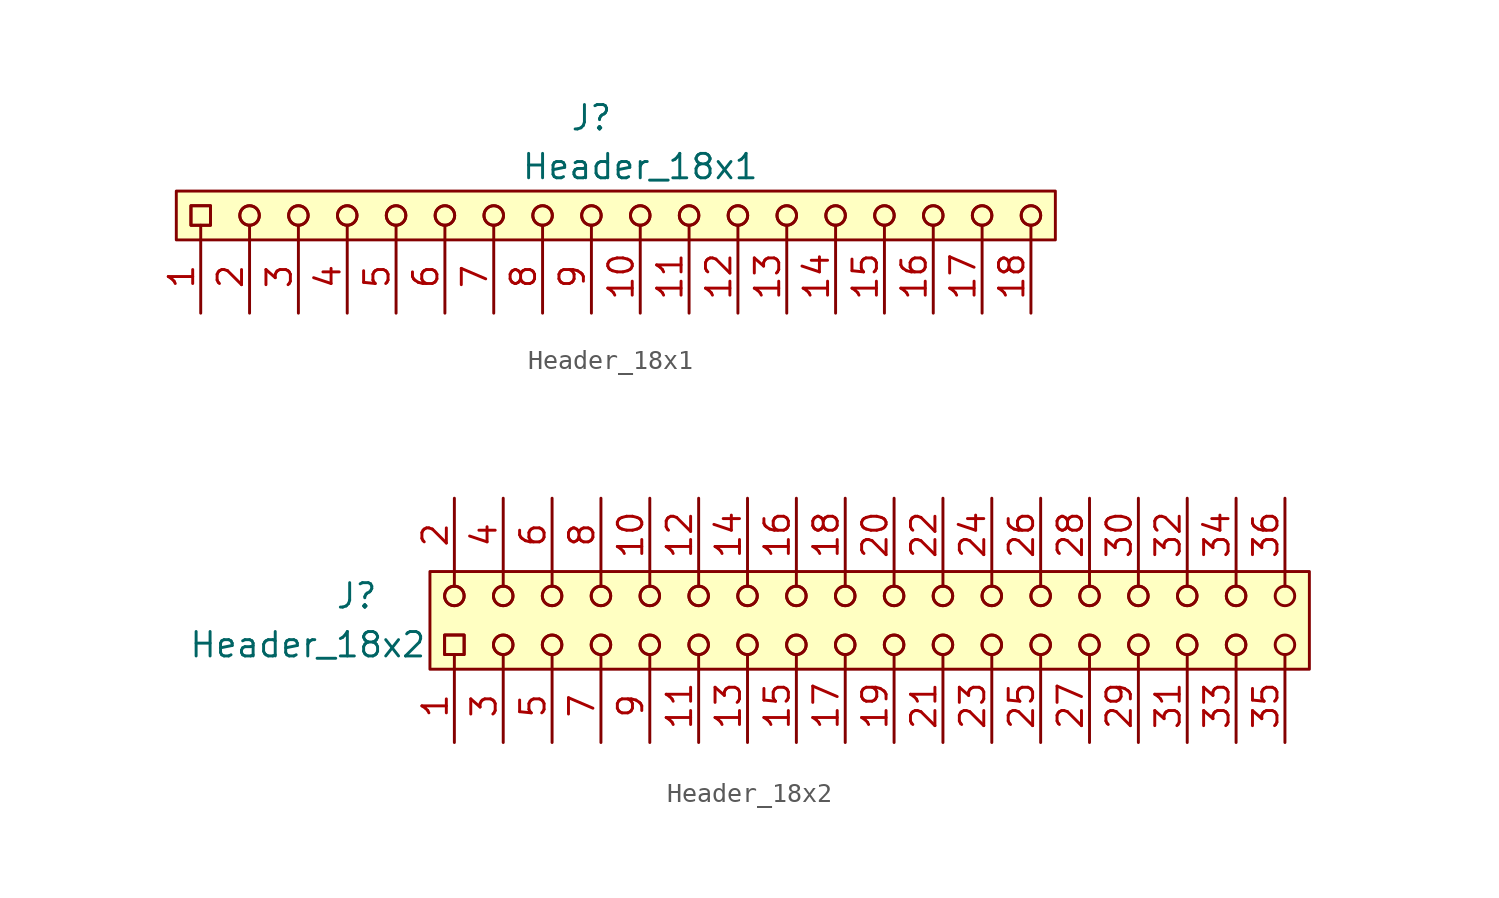
<source format=kicad_sym>
(kicad_symbol_lib
  (version 20220914)
  (generator kicad_symbol_editor)
  (symbol "Header_18x1"
    (pin_names hide)
    (property "Reference" "J"
      (at 0 5.08 0)
      (effects (font (size 1.27 1.27))))
    (property "Value" "Header_18x1"
      (at 2.54 2.54 0)
      (effects (font (size 1.27 1.27))))
    (symbol "Header_18x1_1_1"
      (rectangle (start -21.59 1.27) (end 24.13 -1.27) (stroke (width 0.152) (type default)) (fill (type background)))
      (rectangle (start -20.828 0.508) (end -19.812 -0.508) (stroke (width 0) (type default)) (fill (type none)))
      (rectangle (start -20.828 0.508) (end -19.812 -0.508) (stroke (width 0) (type default)) (fill (type none)))
      (circle (center -17.78 0) (radius 0.508) (stroke (width 0) (type default)) (fill (type none)))
      (circle (center -17.78 0) (radius 0.508) (stroke (width 0) (type default)) (fill (type none)))
      (circle (center -15.24 0) (radius 0.508) (stroke (width 0) (type default)) (fill (type none)))
      (circle (center -15.24 0) (radius 0.508) (stroke (width 0) (type default)) (fill (type none)))
      (circle (center -12.7 0) (radius 0.508) (stroke (width 0) (type default)) (fill (type none)))
      (circle (center -12.7 0) (radius 0.508) (stroke (width 0) (type default)) (fill (type none)))
      (circle (center -10.16 0) (radius 0.508) (stroke (width 0) (type default)) (fill (type none)))
      (circle (center -10.16 0) (radius 0.508) (stroke (width 0) (type default)) (fill (type none)))
      (circle (center -7.62 0) (radius 0.508) (stroke (width 0) (type default)) (fill (type none)))
      (circle (center -7.62 0) (radius 0.508) (stroke (width 0) (type default)) (fill (type none)))
      (circle (center -5.08 0) (radius 0.508) (stroke (width 0) (type default)) (fill (type none)))
      (circle (center -5.08 0) (radius 0.508) (stroke (width 0) (type default)) (fill (type none)))
      (circle (center -2.54 0) (radius 0.508) (stroke (width 0) (type default)) (fill (type none)))
      (circle (center -2.54 0) (radius 0.508) (stroke (width 0) (type default)) (fill (type none)))
      (polyline (pts (xy -20.32 -0.508) (xy -20.32 -1.27)) (stroke (width 0) (type default)) (fill (type none)))
      (polyline (pts (xy -17.78 -0.508) (xy -17.78 -1.27)) (stroke (width 0) (type default)) (fill (type none)))
      (polyline (pts (xy -15.24 -0.508) (xy -15.24 -1.27)) (stroke (width 0) (type default)) (fill (type none)))
      (polyline (pts (xy -12.7 -0.508) (xy -12.7 -1.27)) (stroke (width 0) (type default)) (fill (type none)))
      (polyline (pts (xy -10.16 -0.508) (xy -10.16 -1.27)) (stroke (width 0) (type default)) (fill (type none)))
      (polyline (pts (xy -7.62 -0.508) (xy -7.62 -1.27)) (stroke (width 0) (type default)) (fill (type none)))
      (polyline (pts (xy -5.08 -0.508) (xy -5.08 -1.27)) (stroke (width 0) (type default)) (fill (type none)))
      (polyline (pts (xy -2.54 -0.508) (xy -2.54 -1.27)) (stroke (width 0) (type default)) (fill (type none)))
      (polyline (pts (xy 0 -0.508) (xy 0 -1.27)) (stroke (width 0) (type default)) (fill (type none)))
      (polyline (pts (xy 2.54 -0.508) (xy 2.54 -1.27)) (stroke (width 0) (type default)) (fill (type none)))
      (polyline (pts (xy 5.08 -0.508) (xy 5.08 -1.27)) (stroke (width 0) (type default)) (fill (type none)))
      (polyline (pts (xy 7.62 -0.508) (xy 7.62 -1.27)) (stroke (width 0) (type default)) (fill (type none)))
      (polyline (pts (xy 10.16 -0.508) (xy 10.16 -1.27)) (stroke (width 0) (type default)) (fill (type none)))
      (polyline (pts (xy 12.7 -0.508) (xy 12.7 -1.27)) (stroke (width 0) (type default)) (fill (type none)))
      (polyline (pts (xy 15.24 -0.508) (xy 15.24 -1.27)) (stroke (width 0) (type default)) (fill (type none)))
      (polyline (pts (xy 17.78 -0.508) (xy 17.78 -1.27)) (stroke (width 0) (type default)) (fill (type none)))
      (polyline (pts (xy 20.32 -0.508) (xy 20.32 -1.27)) (stroke (width 0) (type default)) (fill (type none)))
      (polyline (pts (xy 22.86 -0.508) (xy 22.86 -1.27)) (stroke (width 0) (type default)) (fill (type none)))
      (circle (center 0 0) (radius 0.508) (stroke (width 0) (type default)) (fill (type none)))
      (circle (center 0 0) (radius 0.508) (stroke (width 0) (type default)) (fill (type none)))
      (circle (center 2.54 0) (radius 0.508) (stroke (width 0) (type default)) (fill (type none)))
      (circle (center 2.54 0) (radius 0.508) (stroke (width 0) (type default)) (fill (type none)))
      (circle (center 5.08 0) (radius 0.508) (stroke (width 0) (type default)) (fill (type none)))
      (circle (center 5.08 0) (radius 0.508) (stroke (width 0) (type default)) (fill (type none)))
      (circle (center 7.62 0) (radius 0.508) (stroke (width 0) (type default)) (fill (type none)))
      (circle (center 7.62 0) (radius 0.508) (stroke (width 0) (type default)) (fill (type none)))
      (circle (center 10.16 0) (radius 0.508) (stroke (width 0) (type default)) (fill (type none)))
      (circle (center 10.16 0) (radius 0.508) (stroke (width 0) (type default)) (fill (type none)))
      (circle (center 12.7 0) (radius 0.508) (stroke (width 0) (type default)) (fill (type none)))
      (circle (center 12.7 0) (radius 0.508) (stroke (width 0) (type default)) (fill (type none)))
      (circle (center 15.24 0) (radius 0.508) (stroke (width 0) (type default)) (fill (type none)))
      (circle (center 15.24 0) (radius 0.508) (stroke (width 0) (type default)) (fill (type none)))
      (circle (center 17.78 0) (radius 0.508) (stroke (width 0) (type default)) (fill (type none)))
      (circle (center 17.78 0) (radius 0.508) (stroke (width 0) (type default)) (fill (type none)))
      (circle (center 20.32 0) (radius 0.508) (stroke (width 0) (type default)) (fill (type none)))
      (circle (center 20.32 0) (radius 0.508) (stroke (width 0) (type default)) (fill (type none)))
      (circle (center 22.86 0) (radius 0.508) (stroke (width 0) (type default)) (fill (type none)))
      (circle (center 22.86 0) (radius 0.508) (stroke (width 0) (type default)) (fill (type none)))
      (pin passive line (at -20.32 -5.08 90) (length 3.81) (name "~" (effects (font (size 1.27 1.27)))) (number "1" (effects (font (size 1.27 1.27)))))
      (pin passive line (at 2.54 -5.08 90) (length 3.81) (name "~" (effects (font (size 1.27 1.27)))) (number "10" (effects (font (size 1.27 1.27)))))
      (pin passive line (at 5.08 -5.08 90) (length 3.81) (name "~" (effects (font (size 1.27 1.27)))) (number "11" (effects (font (size 1.27 1.27)))))
      (pin passive line (at 7.62 -5.08 90) (length 3.81) (name "~" (effects (font (size 1.27 1.27)))) (number "12" (effects (font (size 1.27 1.27)))))
      (pin passive line (at 10.16 -5.08 90) (length 3.81) (name "~" (effects (font (size 1.27 1.27)))) (number "13" (effects (font (size 1.27 1.27)))))
      (pin passive line (at 12.7 -5.08 90) (length 3.81) (name "~" (effects (font (size 1.27 1.27)))) (number "14" (effects (font (size 1.27 1.27)))))
      (pin passive line (at 15.24 -5.08 90) (length 3.81) (name "~" (effects (font (size 1.27 1.27)))) (number "15" (effects (font (size 1.27 1.27)))))
      (pin passive line (at 17.78 -5.08 90) (length 3.81) (name "~" (effects (font (size 1.27 1.27)))) (number "16" (effects (font (size 1.27 1.27)))))
      (pin passive line (at 20.32 -5.08 90) (length 3.81) (name "~" (effects (font (size 1.27 1.27)))) (number "17" (effects (font (size 1.27 1.27)))))
      (pin passive line (at 22.86 -5.08 90) (length 3.81) (name "~" (effects (font (size 1.27 1.27)))) (number "18" (effects (font (size 1.27 1.27)))))
      (pin passive line (at -17.78 -5.08 90) (length 3.81) (name "~" (effects (font (size 1.27 1.27)))) (number "2" (effects (font (size 1.27 1.27)))))
      (pin passive line (at -15.24 -5.08 90) (length 3.81) (name "~" (effects (font (size 1.27 1.27)))) (number "3" (effects (font (size 1.27 1.27)))))
      (pin passive line (at -12.7 -5.08 90) (length 3.81) (name "~" (effects (font (size 1.27 1.27)))) (number "4" (effects (font (size 1.27 1.27)))))
      (pin passive line (at -10.16 -5.08 90) (length 3.81) (name "~" (effects (font (size 1.27 1.27)))) (number "5" (effects (font (size 1.27 1.27)))))
      (pin passive line (at -7.62 -5.08 90) (length 3.81) (name "~" (effects (font (size 1.27 1.27)))) (number "6" (effects (font (size 1.27 1.27)))))
      (pin passive line (at -5.08 -5.08 90) (length 3.81) (name "~" (effects (font (size 1.27 1.27)))) (number "7" (effects (font (size 1.27 1.27)))))
      (pin passive line (at -2.54 -5.08 90) (length 3.81) (name "~" (effects (font (size 1.27 1.27)))) (number "8" (effects (font (size 1.27 1.27)))))
      (pin passive line (at 0 -5.08 90) (length 3.81) (name "~" (effects (font (size 1.27 1.27)))) (number "9" (effects (font (size 1.27 1.27)))))))
  (symbol "Header_18x2"
    (pin_names hide)
    (property "Reference" "J"
      (at -25.4 2.54 0)
      (effects (font (size 1.27 1.27))))
    (property "Value" "Header_18x2"
      (at -27.94 0 0)
      (effects (font (size 1.27 1.27))))
    (symbol "Header_18x2_0_0"
      (pin passive line (at -20.32 -5.08 90) (length 3.81) (name "~" (effects (font (size 1.27 1.27)))) (number "1" (effects (font (size 1.27 1.27)))))
      (pin passive line (at -10.16 7.62 270) (length 3.81) (name "~" (effects (font (size 1.27 1.27)))) (number "10" (effects (font (size 1.27 1.27)))))
      (pin passive line (at -7.62 -5.08 90) (length 3.81) (name "~" (effects (font (size 1.27 1.27)))) (number "11" (effects (font (size 1.27 1.27)))))
      (pin passive line (at -7.62 7.62 270) (length 3.81) (name "~" (effects (font (size 1.27 1.27)))) (number "12" (effects (font (size 1.27 1.27)))))
      (pin passive line (at -5.08 -5.08 90) (length 3.81) (name "~" (effects (font (size 1.27 1.27)))) (number "13" (effects (font (size 1.27 1.27)))))
      (pin passive line (at -5.08 7.62 270) (length 3.81) (name "~" (effects (font (size 1.27 1.27)))) (number "14" (effects (font (size 1.27 1.27)))))
      (pin passive line (at -2.54 -5.08 90) (length 3.81) (name "~" (effects (font (size 1.27 1.27)))) (number "15" (effects (font (size 1.27 1.27)))))
      (pin passive line (at -2.54 7.62 270) (length 3.81) (name "~" (effects (font (size 1.27 1.27)))) (number "16" (effects (font (size 1.27 1.27)))))
      (pin passive line (at 0 -5.08 90) (length 3.81) (name "~" (effects (font (size 1.27 1.27)))) (number "17" (effects (font (size 1.27 1.27)))))
      (pin passive line (at 0 7.62 270) (length 3.81) (name "~" (effects (font (size 1.27 1.27)))) (number "18" (effects (font (size 1.27 1.27)))))
      (pin passive line (at 2.54 -5.08 90) (length 3.81) (name "~" (effects (font (size 1.27 1.27)))) (number "19" (effects (font (size 1.27 1.27)))))
      (pin passive line (at -20.32 7.62 270) (length 3.81) (name "~" (effects (font (size 1.27 1.27)))) (number "2" (effects (font (size 1.27 1.27)))))
      (pin passive line (at 2.54 7.62 270) (length 3.81) (name "~" (effects (font (size 1.27 1.27)))) (number "20" (effects (font (size 1.27 1.27)))))
      (pin passive line (at 5.08 -5.08 90) (length 3.81) (name "~" (effects (font (size 1.27 1.27)))) (number "21" (effects (font (size 1.27 1.27)))))
      (pin passive line (at 5.08 7.62 270) (length 3.81) (name "~" (effects (font (size 1.27 1.27)))) (number "22" (effects (font (size 1.27 1.27)))))
      (pin passive line (at 7.62 -5.08 90) (length 3.81) (name "~" (effects (font (size 1.27 1.27)))) (number "23" (effects (font (size 1.27 1.27)))))
      (pin passive line (at 7.62 7.62 270) (length 3.81) (name "~" (effects (font (size 1.27 1.27)))) (number "24" (effects (font (size 1.27 1.27)))))
      (pin passive line (at 10.16 -5.08 90) (length 3.81) (name "~" (effects (font (size 1.27 1.27)))) (number "25" (effects (font (size 1.27 1.27)))))
      (pin passive line (at 10.16 7.62 270) (length 3.81) (name "~" (effects (font (size 1.27 1.27)))) (number "26" (effects (font (size 1.27 1.27)))))
      (pin passive line (at 12.7 -5.08 90) (length 3.81) (name "~" (effects (font (size 1.27 1.27)))) (number "27" (effects (font (size 1.27 1.27)))))
      (pin passive line (at 12.7 7.62 270) (length 3.81) (name "~" (effects (font (size 1.27 1.27)))) (number "28" (effects (font (size 1.27 1.27)))))
      (pin passive line (at 15.24 -5.08 90) (length 3.81) (name "~" (effects (font (size 1.27 1.27)))) (number "29" (effects (font (size 1.27 1.27)))))
      (pin passive line (at -17.78 -5.08 90) (length 3.81) (name "~" (effects (font (size 1.27 1.27)))) (number "3" (effects (font (size 1.27 1.27)))))
      (pin passive line (at 15.24 7.62 270) (length 3.81) (name "~" (effects (font (size 1.27 1.27)))) (number "30" (effects (font (size 1.27 1.27)))))
      (pin passive line (at 17.78 -5.08 90) (length 3.81) (name "~" (effects (font (size 1.27 1.27)))) (number "31" (effects (font (size 1.27 1.27)))))
      (pin passive line (at 17.78 7.62 270) (length 3.81) (name "~" (effects (font (size 1.27 1.27)))) (number "32" (effects (font (size 1.27 1.27)))))
      (pin passive line (at 20.32 -5.08 90) (length 3.81) (name "~" (effects (font (size 1.27 1.27)))) (number "33" (effects (font (size 1.27 1.27)))))
      (pin passive line (at 20.32 7.62 270) (length 3.81) (name "~" (effects (font (size 1.27 1.27)))) (number "34" (effects (font (size 1.27 1.27)))))
      (pin passive line (at 22.86 -5.08 90) (length 3.81) (name "~" (effects (font (size 1.27 1.27)))) (number "35" (effects (font (size 1.27 1.27)))))
      (pin passive line (at 22.86 7.62 270) (length 3.81) (name "~" (effects (font (size 1.27 1.27)))) (number "36" (effects (font (size 1.27 1.27)))))
      (pin passive line (at -17.78 7.62 270) (length 3.81) (name "~" (effects (font (size 1.27 1.27)))) (number "4" (effects (font (size 1.27 1.27)))))
      (pin passive line (at -15.24 -5.08 90) (length 3.81) (name "~" (effects (font (size 1.27 1.27)))) (number "5" (effects (font (size 1.27 1.27)))))
      (pin passive line (at -15.24 7.62 270) (length 3.81) (name "~" (effects (font (size 1.27 1.27)))) (number "6" (effects (font (size 1.27 1.27)))))
      (pin passive line (at -12.7 -5.08 90) (length 3.81) (name "~" (effects (font (size 1.27 1.27)))) (number "7" (effects (font (size 1.27 1.27)))))
      (pin passive line (at -12.7 7.62 270) (length 3.81) (name "~" (effects (font (size 1.27 1.27)))) (number "8" (effects (font (size 1.27 1.27)))))
      (pin passive line (at -10.16 -5.08 90) (length 3.81) (name "~" (effects (font (size 1.27 1.27)))) (number "9" (effects (font (size 1.27 1.27))))))
    (symbol "Header_18x2_0_1"
      (rectangle (start -21.59 3.81) (end 24.13 -1.27) (stroke (width 0.152) (type default)) (fill (type background)))
      (rectangle (start -20.828 0.508) (end -19.812 -0.508) (stroke (width 0) (type default)) (fill (type none)))
      (rectangle (start -20.828 0.508) (end -19.812 -0.508) (stroke (width 0) (type default)) (fill (type none)))
      (circle (center -20.32 2.54) (radius 0.508) (stroke (width 0) (type default)) (fill (type none)))
      (circle (center -20.32 2.54) (radius 0.508) (stroke (width 0) (type default)) (fill (type none)))
      (circle (center -17.78 0) (radius 0.508) (stroke (width 0) (type default)) (fill (type none)))
      (circle (center -17.78 0) (radius 0.508) (stroke (width 0) (type default)) (fill (type none)))
      (circle (center -17.78 2.54) (radius 0.508) (stroke (width 0) (type default)) (fill (type none)))
      (circle (center -17.78 2.54) (radius 0.508) (stroke (width 0) (type default)) (fill (type none)))
      (circle (center -15.24 0) (radius 0.508) (stroke (width 0) (type default)) (fill (type none)))
      (circle (center -15.24 0) (radius 0.508) (stroke (width 0) (type default)) (fill (type none)))
      (circle (center -15.24 2.54) (radius 0.508) (stroke (width 0) (type default)) (fill (type none)))
      (circle (center -15.24 2.54) (radius 0.508) (stroke (width 0) (type default)) (fill (type none)))
      (circle (center -12.7 0) (radius 0.508) (stroke (width 0) (type default)) (fill (type none)))
      (circle (center -12.7 0) (radius 0.508) (stroke (width 0) (type default)) (fill (type none)))
      (circle (center -12.7 2.54) (radius 0.508) (stroke (width 0) (type default)) (fill (type none)))
      (circle (center -12.7 2.54) (radius 0.508) (stroke (width 0) (type default)) (fill (type none)))
      (circle (center -10.16 0) (radius 0.508) (stroke (width 0) (type default)) (fill (type none)))
      (circle (center -10.16 0) (radius 0.508) (stroke (width 0) (type default)) (fill (type none)))
      (circle (center -10.16 2.54) (radius 0.508) (stroke (width 0) (type default)) (fill (type none)))
      (circle (center -10.16 2.54) (radius 0.508) (stroke (width 0) (type default)) (fill (type none)))
      (circle (center -7.62 0) (radius 0.508) (stroke (width 0) (type default)) (fill (type none)))
      (circle (center -7.62 0) (radius 0.508) (stroke (width 0) (type default)) (fill (type none)))
      (circle (center -7.62 2.54) (radius 0.508) (stroke (width 0) (type default)) (fill (type none)))
      (circle (center -7.62 2.54) (radius 0.508) (stroke (width 0) (type default)) (fill (type none)))
      (circle (center -5.08 0) (radius 0.508) (stroke (width 0) (type default)) (fill (type none)))
      (circle (center -5.08 0) (radius 0.508) (stroke (width 0) (type default)) (fill (type none)))
      (circle (center -5.08 2.54) (radius 0.508) (stroke (width 0) (type default)) (fill (type none)))
      (circle (center -5.08 2.54) (radius 0.508) (stroke (width 0) (type default)) (fill (type none)))
      (circle (center -2.54 0) (radius 0.508) (stroke (width 0) (type default)) (fill (type none)))
      (circle (center -2.54 0) (radius 0.508) (stroke (width 0) (type default)) (fill (type none)))
      (circle (center -2.54 2.54) (radius 0.508) (stroke (width 0) (type default)) (fill (type none)))
      (circle (center -2.54 2.54) (radius 0.508) (stroke (width 0) (type default)) (fill (type none)))
      (polyline (pts (xy -20.32 -0.508) (xy -20.32 -1.27)) (stroke (width 0) (type default)) (fill (type none)))
      (polyline (pts (xy -20.32 3.048) (xy -20.32 3.81)) (stroke (width 0) (type default)) (fill (type none)))
      (polyline (pts (xy -17.78 -0.508) (xy -17.78 -1.27)) (stroke (width 0) (type default)) (fill (type none)))
      (polyline (pts (xy -17.78 3.048) (xy -17.78 3.81)) (stroke (width 0) (type default)) (fill (type none)))
      (polyline (pts (xy -15.24 -0.508) (xy -15.24 -1.27)) (stroke (width 0) (type default)) (fill (type none)))
      (polyline (pts (xy -15.24 3.048) (xy -15.24 3.81)) (stroke (width 0) (type default)) (fill (type none)))
      (polyline (pts (xy -12.7 -0.508) (xy -12.7 -1.27)) (stroke (width 0) (type default)) (fill (type none)))
      (polyline (pts (xy -12.7 3.048) (xy -12.7 3.81)) (stroke (width 0) (type default)) (fill (type none)))
      (polyline (pts (xy -10.16 -0.508) (xy -10.16 -1.27)) (stroke (width 0) (type default)) (fill (type none)))
      (polyline (pts (xy -10.16 3.048) (xy -10.16 3.81)) (stroke (width 0) (type default)) (fill (type none)))
      (polyline (pts (xy -7.62 -0.508) (xy -7.62 -1.27)) (stroke (width 0) (type default)) (fill (type none)))
      (polyline (pts (xy -7.62 3.048) (xy -7.62 3.81)) (stroke (width 0) (type default)) (fill (type none)))
      (polyline (pts (xy -5.08 -0.508) (xy -5.08 -1.27)) (stroke (width 0) (type default)) (fill (type none)))
      (polyline (pts (xy -5.08 3.048) (xy -5.08 3.81)) (stroke (width 0) (type default)) (fill (type none)))
      (polyline (pts (xy -2.54 -0.508) (xy -2.54 -1.27)) (stroke (width 0) (type default)) (fill (type none)))
      (polyline (pts (xy -2.54 3.048) (xy -2.54 3.81)) (stroke (width 0) (type default)) (fill (type none)))
      (polyline (pts (xy 0 -0.508) (xy 0 -1.27)) (stroke (width 0) (type default)) (fill (type none)))
      (polyline (pts (xy 0 3.048) (xy 0 3.81)) (stroke (width 0) (type default)) (fill (type none)))
      (polyline (pts (xy 2.54 -0.508) (xy 2.54 -1.27)) (stroke (width 0) (type default)) (fill (type none)))
      (polyline (pts (xy 2.54 3.048) (xy 2.54 3.81)) (stroke (width 0) (type default)) (fill (type none)))
      (polyline (pts (xy 5.08 -0.508) (xy 5.08 -1.27)) (stroke (width 0) (type default)) (fill (type none)))
      (polyline (pts (xy 5.08 3.048) (xy 5.08 3.81)) (stroke (width 0) (type default)) (fill (type none)))
      (polyline (pts (xy 7.62 -0.508) (xy 7.62 -1.27)) (stroke (width 0) (type default)) (fill (type none)))
      (polyline (pts (xy 7.62 3.048) (xy 7.62 3.81)) (stroke (width 0) (type default)) (fill (type none)))
      (polyline (pts (xy 10.16 -0.508) (xy 10.16 -1.27)) (stroke (width 0) (type default)) (fill (type none)))
      (polyline (pts (xy 10.16 3.048) (xy 10.16 3.81)) (stroke (width 0) (type default)) (fill (type none)))
      (polyline (pts (xy 12.7 -0.508) (xy 12.7 -1.27)) (stroke (width 0) (type default)) (fill (type none)))
      (polyline (pts (xy 12.7 3.048) (xy 12.7 3.81)) (stroke (width 0) (type default)) (fill (type none)))
      (polyline (pts (xy 15.24 -0.508) (xy 15.24 -1.27)) (stroke (width 0) (type default)) (fill (type none)))
      (polyline (pts (xy 15.24 3.048) (xy 15.24 3.81)) (stroke (width 0) (type default)) (fill (type none)))
      (polyline (pts (xy 17.78 -0.508) (xy 17.78 -1.27)) (stroke (width 0) (type default)) (fill (type none)))
      (polyline (pts (xy 17.78 3.048) (xy 17.78 3.81)) (stroke (width 0) (type default)) (fill (type none)))
      (polyline (pts (xy 20.32 -0.508) (xy 20.32 -1.27)) (stroke (width 0) (type default)) (fill (type none)))
      (polyline (pts (xy 20.32 3.048) (xy 20.32 3.81)) (stroke (width 0) (type default)) (fill (type none)))
      (polyline (pts (xy 22.86 -0.508) (xy 22.86 -1.27)) (stroke (width 0) (type default)) (fill (type none)))
      (polyline (pts (xy 22.86 3.048) (xy 22.86 3.81)) (stroke (width 0) (type default)) (fill (type none)))
      (circle (center 0 0) (radius 0.508) (stroke (width 0) (type default)) (fill (type none)))
      (circle (center 0 0) (radius 0.508) (stroke (width 0) (type default)) (fill (type none)))
      (circle (center 0 2.54) (radius 0.508) (stroke (width 0) (type default)) (fill (type none)))
      (circle (center 0 2.54) (radius 0.508) (stroke (width 0) (type default)) (fill (type none)))
      (circle (center 2.54 0) (radius 0.508) (stroke (width 0) (type default)) (fill (type none)))
      (circle (center 2.54 0) (radius 0.508) (stroke (width 0) (type default)) (fill (type none)))
      (circle (center 2.54 2.54) (radius 0.508) (stroke (width 0) (type default)) (fill (type none)))
      (circle (center 2.54 2.54) (radius 0.508) (stroke (width 0) (type default)) (fill (type none)))
      (circle (center 5.08 0) (radius 0.508) (stroke (width 0) (type default)) (fill (type none)))
      (circle (center 5.08 0) (radius 0.508) (stroke (width 0) (type default)) (fill (type none)))
      (circle (center 5.08 2.54) (radius 0.508) (stroke (width 0) (type default)) (fill (type none)))
      (circle (center 5.08 2.54) (radius 0.508) (stroke (width 0) (type default)) (fill (type none)))
      (circle (center 7.62 0) (radius 0.508) (stroke (width 0) (type default)) (fill (type none)))
      (circle (center 7.62 0) (radius 0.508) (stroke (width 0) (type default)) (fill (type none)))
      (circle (center 7.62 2.54) (radius 0.508) (stroke (width 0) (type default)) (fill (type none)))
      (circle (center 7.62 2.54) (radius 0.508) (stroke (width 0) (type default)) (fill (type none)))
      (circle (center 10.16 0) (radius 0.508) (stroke (width 0) (type default)) (fill (type none)))
      (circle (center 10.16 0) (radius 0.508) (stroke (width 0) (type default)) (fill (type none)))
      (circle (center 10.16 2.54) (radius 0.508) (stroke (width 0) (type default)) (fill (type none)))
      (circle (center 10.16 2.54) (radius 0.508) (stroke (width 0) (type default)) (fill (type none)))
      (circle (center 12.7 0) (radius 0.508) (stroke (width 0) (type default)) (fill (type none)))
      (circle (center 12.7 0) (radius 0.508) (stroke (width 0) (type default)) (fill (type none)))
      (circle (center 12.7 2.54) (radius 0.508) (stroke (width 0) (type default)) (fill (type none)))
      (circle (center 12.7 2.54) (radius 0.508) (stroke (width 0) (type default)) (fill (type none)))
      (circle (center 15.24 0) (radius 0.508) (stroke (width 0) (type default)) (fill (type none)))
      (circle (center 15.24 0) (radius 0.508) (stroke (width 0) (type default)) (fill (type none)))
      (circle (center 15.24 2.54) (radius 0.508) (stroke (width 0) (type default)) (fill (type none)))
      (circle (center 15.24 2.54) (radius 0.508) (stroke (width 0) (type default)) (fill (type none)))
      (circle (center 17.78 0) (radius 0.508) (stroke (width 0) (type default)) (fill (type none)))
      (circle (center 17.78 0) (radius 0.508) (stroke (width 0) (type default)) (fill (type none)))
      (circle (center 17.78 2.54) (radius 0.508) (stroke (width 0) (type default)) (fill (type none)))
      (circle (center 17.78 2.54) (radius 0.508) (stroke (width 0) (type default)) (fill (type none)))
      (circle (center 20.32 0) (radius 0.508) (stroke (width 0) (type default)) (fill (type none)))
      (circle (center 20.32 0) (radius 0.508) (stroke (width 0) (type default)) (fill (type none)))
      (circle (center 20.32 2.54) (radius 0.508) (stroke (width 0) (type default)) (fill (type none)))
      (circle (center 20.32 2.54) (radius 0.508) (stroke (width 0) (type default)) (fill (type none)))
      (circle (center 22.86 0) (radius 0.508) (stroke (width 0) (type default)) (fill (type none)))
      (circle (center 22.86 2.54) (radius 0.508) (stroke (width 0) (type default)) (fill (type none))))))
</source>
